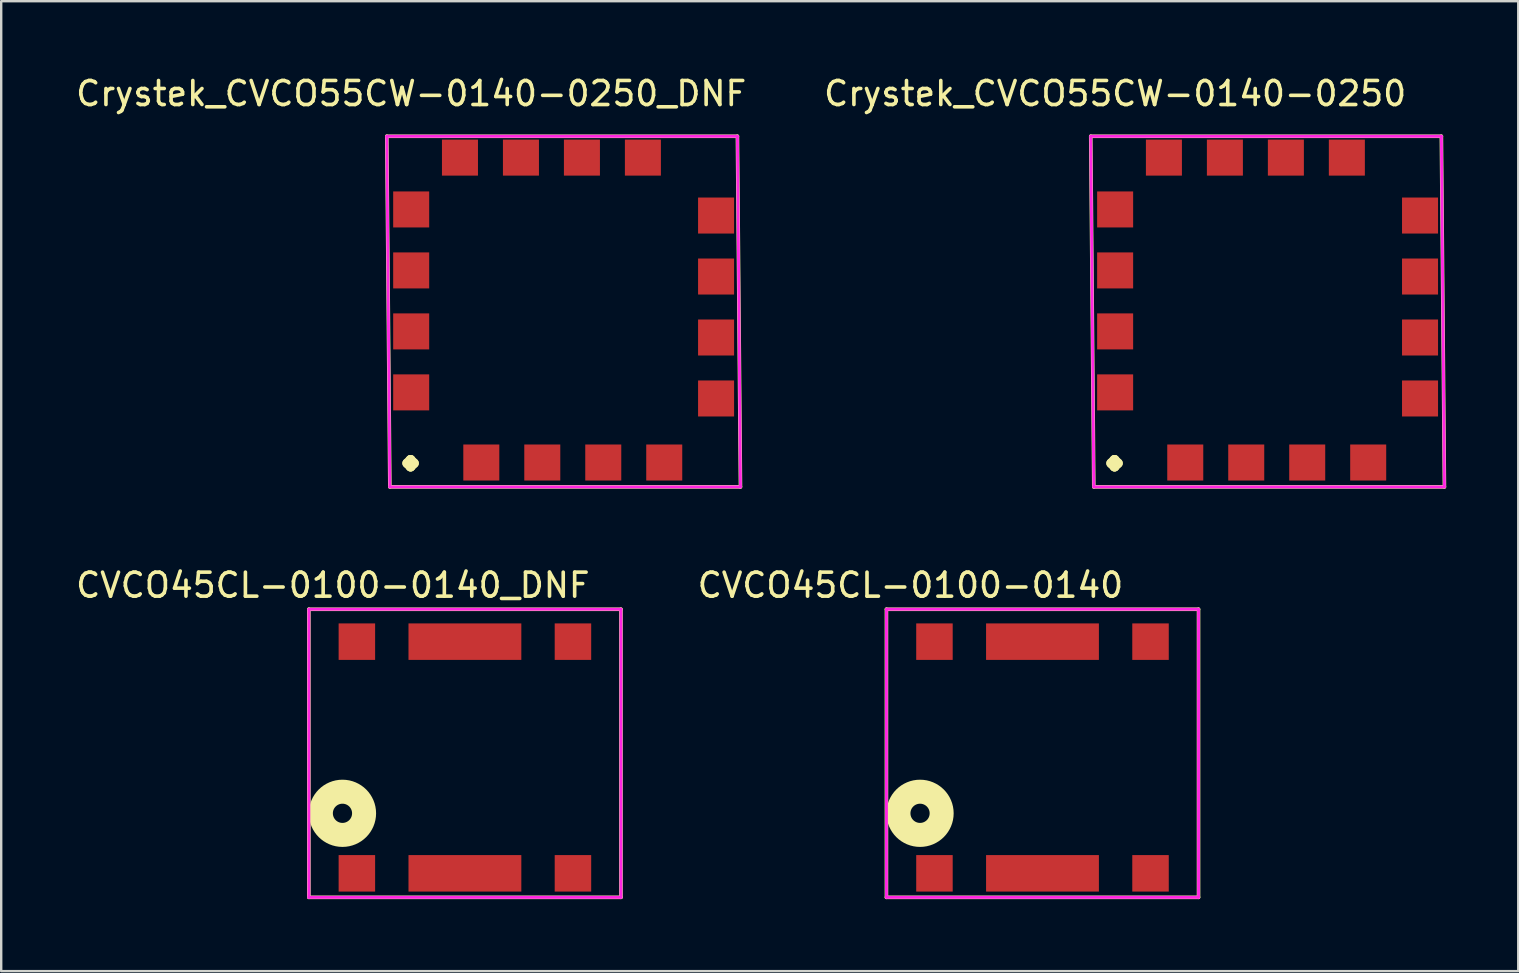
<source format=kicad_pcb>
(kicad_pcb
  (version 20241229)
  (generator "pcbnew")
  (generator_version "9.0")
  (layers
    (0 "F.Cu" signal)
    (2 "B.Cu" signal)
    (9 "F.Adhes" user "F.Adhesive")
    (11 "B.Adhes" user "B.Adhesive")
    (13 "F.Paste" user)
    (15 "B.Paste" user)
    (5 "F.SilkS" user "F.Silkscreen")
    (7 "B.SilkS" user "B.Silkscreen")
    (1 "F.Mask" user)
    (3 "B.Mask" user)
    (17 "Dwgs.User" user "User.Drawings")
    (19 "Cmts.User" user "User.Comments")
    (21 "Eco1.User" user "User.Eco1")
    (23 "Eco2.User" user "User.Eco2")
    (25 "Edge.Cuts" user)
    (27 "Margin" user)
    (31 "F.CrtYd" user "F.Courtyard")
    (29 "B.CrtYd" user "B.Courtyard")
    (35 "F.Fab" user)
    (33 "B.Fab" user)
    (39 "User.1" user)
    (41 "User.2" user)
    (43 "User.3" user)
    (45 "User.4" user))
  (footprint "CVCO45CL-0100-0140_DNF"
    (layer "F.Cu")
    (at 11.815 33.327)
    (property "Reference" "CVCO45CL-0100-0140_DNF" (at -1 -12 0) (layer "F.SilkS") (effects (font (size 1 1) (thickness 0.15))))
    (attr smd)
    (fp_line (start -2 -11) (end -2 1) (stroke (width 0.15) (type solid)) (layer "F.SilkS"))
    (fp_line (start -2 1) (end 11 1) (stroke (width 0.15) (type solid)) (layer "F.SilkS"))
    (fp_line (start 11 -11) (end -2 -11) (stroke (width 0.15) (type solid)) (layer "F.SilkS"))
    (fp_line (start 11 1) (end 11 -11) (stroke (width 0.15) (type solid)) (layer "F.SilkS"))
    (fp_circle (center -0.6 -2.5) (end -0.2 -2.5) (stroke (width 1) (type solid)) (fill no) (layer "F.SilkS"))
    (fp_line (start -2 -11) (end 11 -11) (stroke (width 0.12) (type solid)) (layer "F.CrtYd"))
    (fp_line (start -2 1) (end -2 -11) (stroke (width 0.12) (type solid)) (layer "F.CrtYd"))
    (fp_line (start 11 -11) (end 11 1) (stroke (width 0.12) (type solid)) (layer "F.CrtYd"))
    (fp_line (start 11 1) (end -2 1) (stroke (width 0.12) (type solid)) (layer "F.CrtYd"))
    (pad "1" smd rect (at 0 0) (size 1.52 1.52) (layers "F.Cu" "F.Mask"))
    (pad "2" smd rect (at 4.5 0) (size 4.7 1.52) (layers "F.Cu" "F.Mask"))
    (pad "3" smd rect (at 9 0) (size 1.52 1.52) (layers "F.Cu" "F.Mask"))
    (pad "4" smd rect (at 9 -9.65) (size 1.52 1.52) (layers "F.Cu" "F.Mask"))
    (pad "5" smd rect (at 4.5 -9.65) (size 4.7 1.52) (layers "F.Cu" "F.Mask"))
    (pad "6" smd rect (at 0 -9.65) (size 1.52 1.52) (layers "F.Cu" "F.Mask")))
  (footprint "Crystek_CVCO55CW-0140-0250_DNF"
    (layer "F.Cu")
    (at 14.077 16.215)
    (property "Reference" "Crystek_CVCO55CW-0140-0250_DNF" (at 0 -15.367 0) (layer "F.SilkS") (effects (font (size 1 1) (thickness 0.15))))
    (attr smd)
    (fp_line (start -1.016 -13.589) (end 13.589 -13.589) (stroke (width 0.15) (type solid)) (layer "F.SilkS"))
    (fp_line (start -0.889 1.016) (end -1.016 -13.589) (stroke (width 0.15) (type solid)) (layer "F.SilkS"))
    (fp_line (start 13.589 -13.589) (end 13.716 1.016) (stroke (width 0.15) (type solid)) (layer "F.SilkS"))
    (fp_line (start 13.716 1.016) (end -0.889 1.016) (stroke (width 0.15) (type solid)) (layer "F.SilkS"))
    (fp_line (start -1.016 -13.589) (end -0.889 1.016) (stroke (width 0.12) (type solid)) (layer "F.CrtYd"))
    (fp_line (start -0.889 1.016) (end 13.716 1.016) (stroke (width 0.12) (type solid)) (layer "F.CrtYd"))
    (fp_line (start 13.589 -13.589) (end -1.016 -13.589) (stroke (width 0.12) (type solid)) (layer "F.CrtYd"))
    (fp_line (start 13.716 1.016) (end 13.589 -13.589) (stroke (width 0.12) (type solid)) (layer "F.CrtYd"))
    (fp_text user "." (at -0.025 -1.194 0) (layer "F.SilkS") (effects (font (size 3 3) (thickness 0.4))))
    (pad "1" smd rect (at 2.921 0) (size 1.5 1.5) (layers "F.Cu" "F.Mask"))
    (pad "2" smd rect (at 5.461 0) (size 1.5 1.5) (layers "F.Cu" "F.Mask"))
    (pad "3" smd rect (at 8.001 0) (size 1.5 1.5) (layers "F.Cu" "F.Mask"))
    (pad "4" smd rect (at 10.541 0) (size 1.5 1.5) (layers "F.Cu" "F.Mask"))
    (pad "5" smd rect (at 12.7 -2.667) (size 1.5 1.5) (layers "F.Cu" "F.Mask"))
    (pad "6" smd rect (at 12.7 -5.207) (size 1.5 1.5) (layers "F.Cu" "F.Mask"))
    (pad "7" smd rect (at 12.7 -7.747) (size 1.5 1.5) (layers "F.Cu" "F.Mask"))
    (pad "8" smd rect (at 12.7 -10.287) (size 1.5 1.5) (layers "F.Cu" "F.Mask"))
    (pad "9" smd rect (at 9.652 -12.7) (size 1.5 1.5) (layers "F.Cu" "F.Mask"))
    (pad "10" smd rect (at 7.112 -12.7) (size 1.5 1.5) (layers "F.Cu" "F.Mask"))
    (pad "11" smd rect (at 4.572 -12.7) (size 1.5 1.5) (layers "F.Cu" "F.Mask"))
    (pad "12" smd rect (at 2.032 -12.7) (size 1.5 1.5) (layers "F.Cu" "F.Mask"))
    (pad "13" smd rect (at 0 -10.541) (size 1.5 1.5) (layers "F.Cu" "F.Mask"))
    (pad "14" smd rect (at 0 -8.001) (size 1.5 1.5) (layers "F.Cu" "F.Mask"))
    (pad "15" smd rect (at 0 -5.461) (size 1.5 1.5) (layers "F.Cu" "F.Mask"))
    (pad "16" smd rect (at 0 -2.921) (size 1.5 1.5) (layers "F.Cu" "F.Mask")))
  (footprint "Crystek_CVCO55CW-0140-0250"
    (layer "F.Cu")
    (at 43.399 16.215)
    (property "Reference" "Crystek_CVCO55CW-0140-0250" (at 0 -15.367 0) (layer "F.SilkS") (effects (font (size 1 1) (thickness 0.15))))
    (attr smd)
    (fp_line (start -1.016 -13.589) (end 13.589 -13.589) (stroke (width 0.15) (type solid)) (layer "F.SilkS"))
    (fp_line (start -0.889 1.016) (end -1.016 -13.589) (stroke (width 0.15) (type solid)) (layer "F.SilkS"))
    (fp_line (start 13.589 -13.589) (end 13.716 1.016) (stroke (width 0.15) (type solid)) (layer "F.SilkS"))
    (fp_line (start 13.716 1.016) (end -0.889 1.016) (stroke (width 0.15) (type solid)) (layer "F.SilkS"))
    (fp_line (start -1.016 -13.589) (end -0.889 1.016) (stroke (width 0.12) (type solid)) (layer "F.CrtYd"))
    (fp_line (start -0.889 1.016) (end 13.716 1.016) (stroke (width 0.12) (type solid)) (layer "F.CrtYd"))
    (fp_line (start 13.589 -13.589) (end -1.016 -13.589) (stroke (width 0.12) (type solid)) (layer "F.CrtYd"))
    (fp_line (start 13.716 1.016) (end 13.589 -13.589) (stroke (width 0.12) (type solid)) (layer "F.CrtYd"))
    (fp_text user "." (at -0.025 -1.194 0) (layer "F.SilkS") (effects (font (size 3 3) (thickness 0.4))))
    (pad "1" smd rect (at 2.921 0) (size 1.5 1.5) (layers "F.Cu" "F.Mask" "F.Paste"))
    (pad "2" smd rect (at 5.461 0) (size 1.5 1.5) (layers "F.Cu" "F.Mask" "F.Paste"))
    (pad "3" smd rect (at 8.001 0) (size 1.5 1.5) (layers "F.Cu" "F.Mask" "F.Paste"))
    (pad "4" smd rect (at 10.541 0) (size 1.5 1.5) (layers "F.Cu" "F.Mask" "F.Paste"))
    (pad "5" smd rect (at 12.7 -2.667) (size 1.5 1.5) (layers "F.Cu" "F.Mask" "F.Paste"))
    (pad "6" smd rect (at 12.7 -5.207) (size 1.5 1.5) (layers "F.Cu" "F.Mask" "F.Paste"))
    (pad "7" smd rect (at 12.7 -7.747) (size 1.5 1.5) (layers "F.Cu" "F.Mask" "F.Paste"))
    (pad "8" smd rect (at 12.7 -10.287) (size 1.5 1.5) (layers "F.Cu" "F.Mask" "F.Paste"))
    (pad "9" smd rect (at 9.652 -12.7) (size 1.5 1.5) (layers "F.Cu" "F.Mask" "F.Paste"))
    (pad "10" smd rect (at 7.112 -12.7) (size 1.5 1.5) (layers "F.Cu" "F.Mask" "F.Paste"))
    (pad "11" smd rect (at 4.572 -12.7) (size 1.5 1.5) (layers "F.Cu" "F.Mask" "F.Paste"))
    (pad "12" smd rect (at 2.032 -12.7) (size 1.5 1.5) (layers "F.Cu" "F.Mask" "F.Paste"))
    (pad "13" smd rect (at 0 -10.541) (size 1.5 1.5) (layers "F.Cu" "F.Mask" "F.Paste"))
    (pad "14" smd rect (at 0 -8.001) (size 1.5 1.5) (layers "F.Cu" "F.Mask" "F.Paste"))
    (pad "15" smd rect (at 0 -5.461) (size 1.5 1.5) (layers "F.Cu" "F.Mask" "F.Paste"))
    (pad "16" smd rect (at 0 -2.921) (size 1.5 1.5) (layers "F.Cu" "F.Mask" "F.Paste")))
  (footprint "CVCO45CL-0100-0140"
    (layer "F.Cu")
    (at 35.873 33.327)
    (property "Reference" "CVCO45CL-0100-0140" (at -1 -12 0) (layer "F.SilkS") (effects (font (size 1 1) (thickness 0.15))))
    (attr smd)
    (fp_line (start -2 -11) (end -2 1) (stroke (width 0.15) (type solid)) (layer "F.SilkS"))
    (fp_line (start -2 1) (end 11 1) (stroke (width 0.15) (type solid)) (layer "F.SilkS"))
    (fp_line (start 11 -11) (end -2 -11) (stroke (width 0.15) (type solid)) (layer "F.SilkS"))
    (fp_line (start 11 1) (end 11 -11) (stroke (width 0.15) (type solid)) (layer "F.SilkS"))
    (fp_circle (center -0.6 -2.5) (end -0.2 -2.5) (stroke (width 1) (type solid)) (fill no) (layer "F.SilkS"))
    (fp_line (start -2 -11) (end 11 -11) (stroke (width 0.12) (type solid)) (layer "F.CrtYd"))
    (fp_line (start -2 1) (end -2 -11) (stroke (width 0.12) (type solid)) (layer "F.CrtYd"))
    (fp_line (start 11 -11) (end 11 1) (stroke (width 0.12) (type solid)) (layer "F.CrtYd"))
    (fp_line (start 11 1) (end -2 1) (stroke (width 0.12) (type solid)) (layer "F.CrtYd"))
    (pad "1" smd rect (at 0 0) (size 1.52 1.52) (layers "F.Cu" "F.Mask" "F.Paste"))
    (pad "2" smd rect (at 4.5 0) (size 4.7 1.52) (layers "F.Cu" "F.Mask" "F.Paste"))
    (pad "3" smd rect (at 9 0) (size 1.52 1.52) (layers "F.Cu" "F.Mask" "F.Paste"))
    (pad "4" smd rect (at 9 -9.65) (size 1.52 1.52) (layers "F.Cu" "F.Mask" "F.Paste"))
    (pad "5" smd rect (at 4.5 -9.65) (size 4.7 1.52) (layers "F.Cu" "F.Mask" "F.Paste"))
    (pad "6" smd rect (at 0 -9.65) (size 1.52 1.52) (layers "F.Cu" "F.Mask" "F.Paste")))
  (gr_rect
    (start -3 -3)
    (end 60.19 37.402)
    (stroke (width 0.1) (type default))
    (fill no)
    (layer "Edge.Cuts")))
</source>
